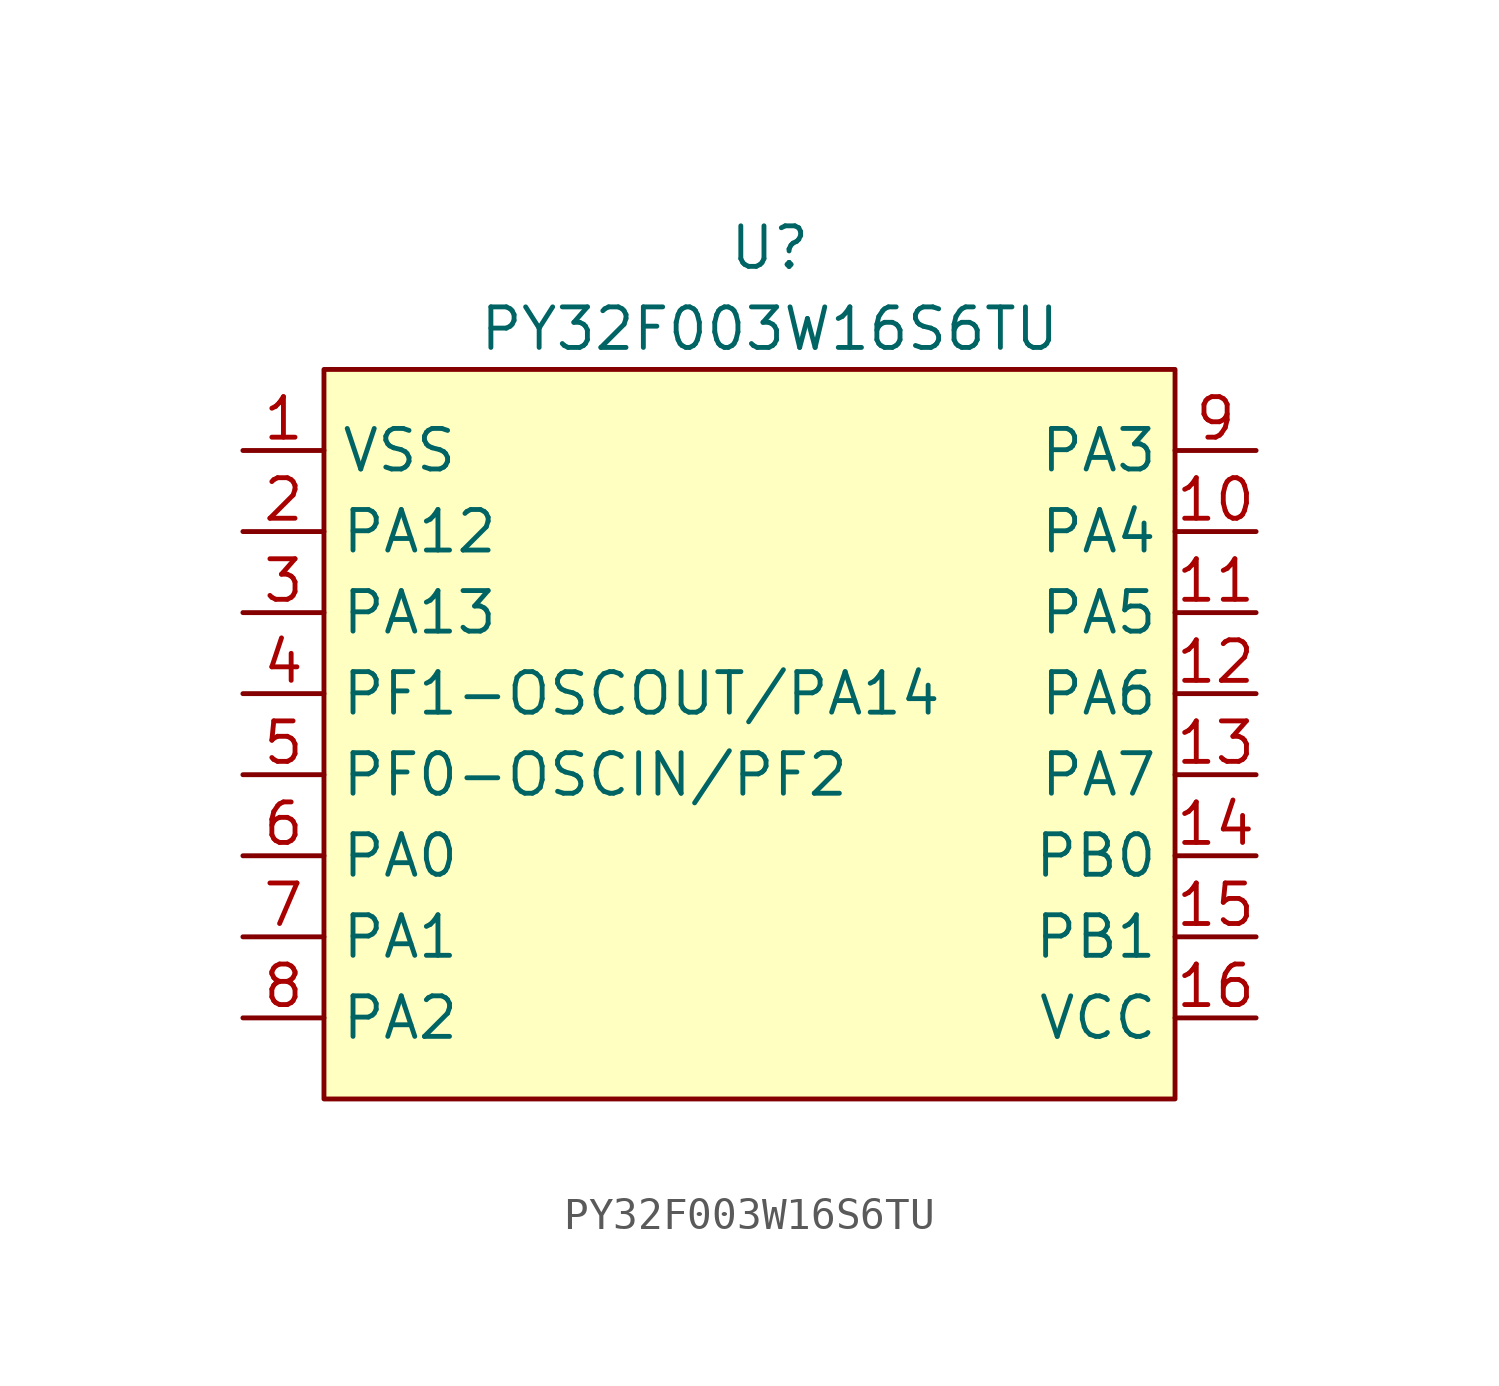
<source format=kicad_sym>
(kicad_symbol_lib
  (version 20220914)
  (generator kicad_symbol_editor)
  (symbol "PY32F003W16S6TU"
    (property "Reference" "U"
      (at 0 3.81 0)
      (effects (font (size 1.27 1.27))))
    (property "Value" "PY32F003W16S6TU"
      (at 0 1.27 0)
      (effects (font (size 1.27 1.27))))
    (symbol "PY32F003W16S6TU_0_0"
      (pin power_in line (at -16.51 -2.54 0) (length 2.54) (name "VSS" (effects (font (size 1.27 1.27)))) (number "1" (effects (font (size 1.27 1.27)))))
      (pin bidirectional line (at 15.24 -5.08 180) (length 2.54) (name "PA4" (effects (font (size 1.27 1.27)))) (number "10" (effects (font (size 1.27 1.27)))))
      (pin bidirectional line (at 15.24 -7.62 180) (length 2.54) (name "PA5" (effects (font (size 1.27 1.27)))) (number "11" (effects (font (size 1.27 1.27)))))
      (pin bidirectional line (at 15.24 -10.16 180) (length 2.54) (name "PA6" (effects (font (size 1.27 1.27)))) (number "12" (effects (font (size 1.27 1.27)))))
      (pin bidirectional line (at 15.24 -12.7 180) (length 2.54) (name "PA7" (effects (font (size 1.27 1.27)))) (number "13" (effects (font (size 1.27 1.27)))))
      (pin bidirectional line (at 15.24 -15.24 180) (length 2.54) (name "PB0" (effects (font (size 1.27 1.27)))) (number "14" (effects (font (size 1.27 1.27)))))
      (pin bidirectional line (at 15.24 -17.78 180) (length 2.54) (name "PB1" (effects (font (size 1.27 1.27)))) (number "15" (effects (font (size 1.27 1.27)))))
      (pin power_in line (at 15.24 -20.32 180) (length 2.54) (name "VCC" (effects (font (size 1.27 1.27)))) (number "16" (effects (font (size 1.27 1.27)))))
      (pin bidirectional line (at -16.51 -5.08 0) (length 2.54) (name "PA12" (effects (font (size 1.27 1.27)))) (number "2" (effects (font (size 1.27 1.27)))))
      (pin bidirectional line (at -16.51 -7.62 0) (length 2.54) (name "PA13" (effects (font (size 1.27 1.27)))) (number "3" (effects (font (size 1.27 1.27)))))
      (pin bidirectional line (at -16.51 -10.16 0) (length 2.54) (name "PF1-OSCOUT/PA14" (effects (font (size 1.27 1.27)))) (number "4" (effects (font (size 1.27 1.27)))))
      (pin bidirectional line (at -16.51 -12.7 0) (length 2.54) (name "PF0-OSCIN/PF2" (effects (font (size 1.27 1.27)))) (number "5" (effects (font (size 1.27 1.27)))))
      (pin bidirectional line (at -16.51 -15.24 0) (length 2.54) (name "PA0" (effects (font (size 1.27 1.27)))) (number "6" (effects (font (size 1.27 1.27)))))
      (pin bidirectional line (at -16.51 -17.78 0) (length 2.54) (name "PA1" (effects (font (size 1.27 1.27)))) (number "7" (effects (font (size 1.27 1.27)))))
      (pin bidirectional line (at -16.51 -20.32 0) (length 2.54) (name "PA2" (effects (font (size 1.27 1.27)))) (number "8" (effects (font (size 1.27 1.27)))))
      (pin bidirectional line (at 15.24 -2.54 180) (length 2.54) (name "PA3" (effects (font (size 1.27 1.27)))) (number "9" (effects (font (size 1.27 1.27))))))
    (symbol "PY32F003W16S6TU_1_1"
      (rectangle (start -13.97 0) (end 12.7 -22.86) (stroke (width 0) (type default)) (fill (type background))))))
</source>
